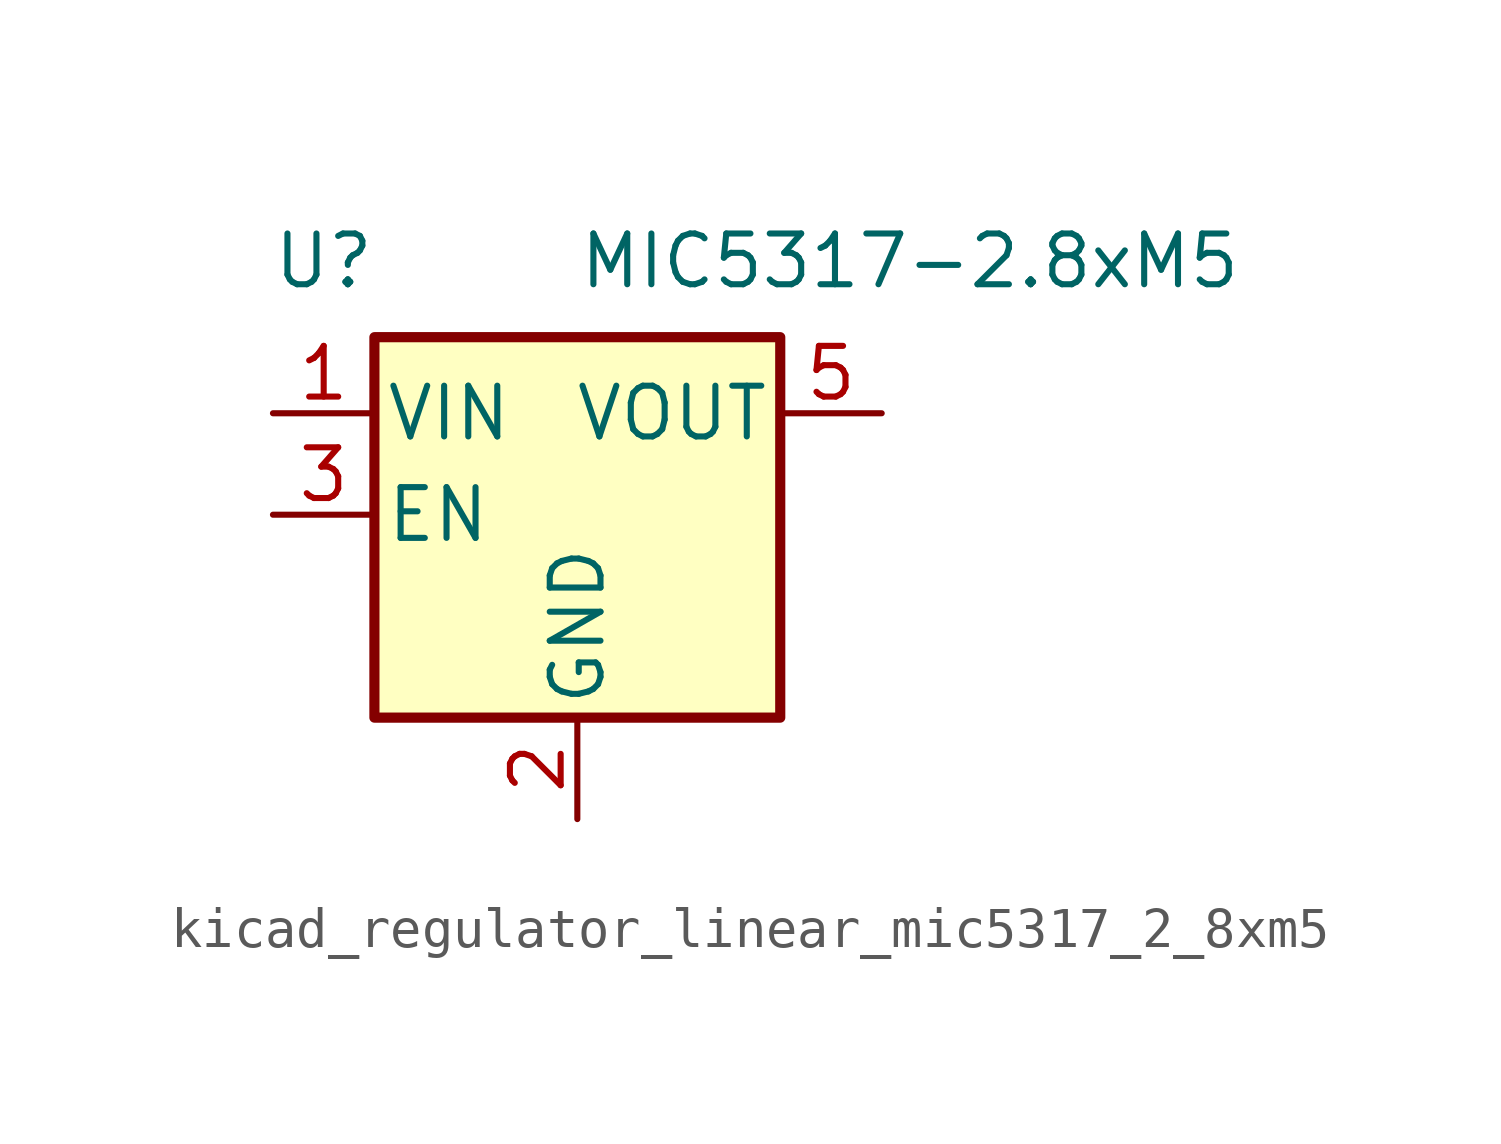
<source format=kicad_sym>
(kicad_symbol_lib
  (version 20220914)
  (generator kicad_symbol_editor)
  (symbol "kicad_regulator_linear_mic5317_2_8xm5"
    (pin_names
      (offset 0.254))
    (property "Reference" "U"
      (at -6.35 6.35 0)
      (effects (font (size 1.27 1.27))))
    (property "Value" "MIC5317-2.8xM5"
      (at 0 6.35 0)
      (effects (font (size 1.27 1.27)) (justify left)))
    (symbol "kicad_regulator_linear_mic5317_2_8xm5_0_1"
      (rectangle (start -5.08 4.445) (end 5.08 -5.08) (stroke (width 0.254) (type default)) (fill (type background))))
    (symbol "kicad_regulator_linear_mic5317_2_8xm5_1_1"
      (pin power_in line (at -7.62 2.54 0) (length 2.54) (name "VIN" (effects (font (size 1.27 1.27)))) (number "1" (effects (font (size 1.27 1.27)))))
      (pin power_in line (at 0 -7.62 90) (length 2.54) (name "GND" (effects (font (size 1.27 1.27)))) (number "2" (effects (font (size 1.27 1.27)))))
      (pin input line (at -7.62 0 0) (length 2.54) (name "EN" (effects (font (size 1.27 1.27)))) (number "3" (effects (font (size 1.27 1.27)))))
      (pin no_connect line (at 5.08 0 180) (length 2.54) hide (name "NC" (effects (font (size 1.27 1.27)))) (number "4" (effects (font (size 1.27 1.27)))))
      (pin power_out line (at 7.62 2.54 180) (length 2.54) (name "VOUT" (effects (font (size 1.27 1.27)))) (number "5" (effects (font (size 1.27 1.27))))))))
</source>
